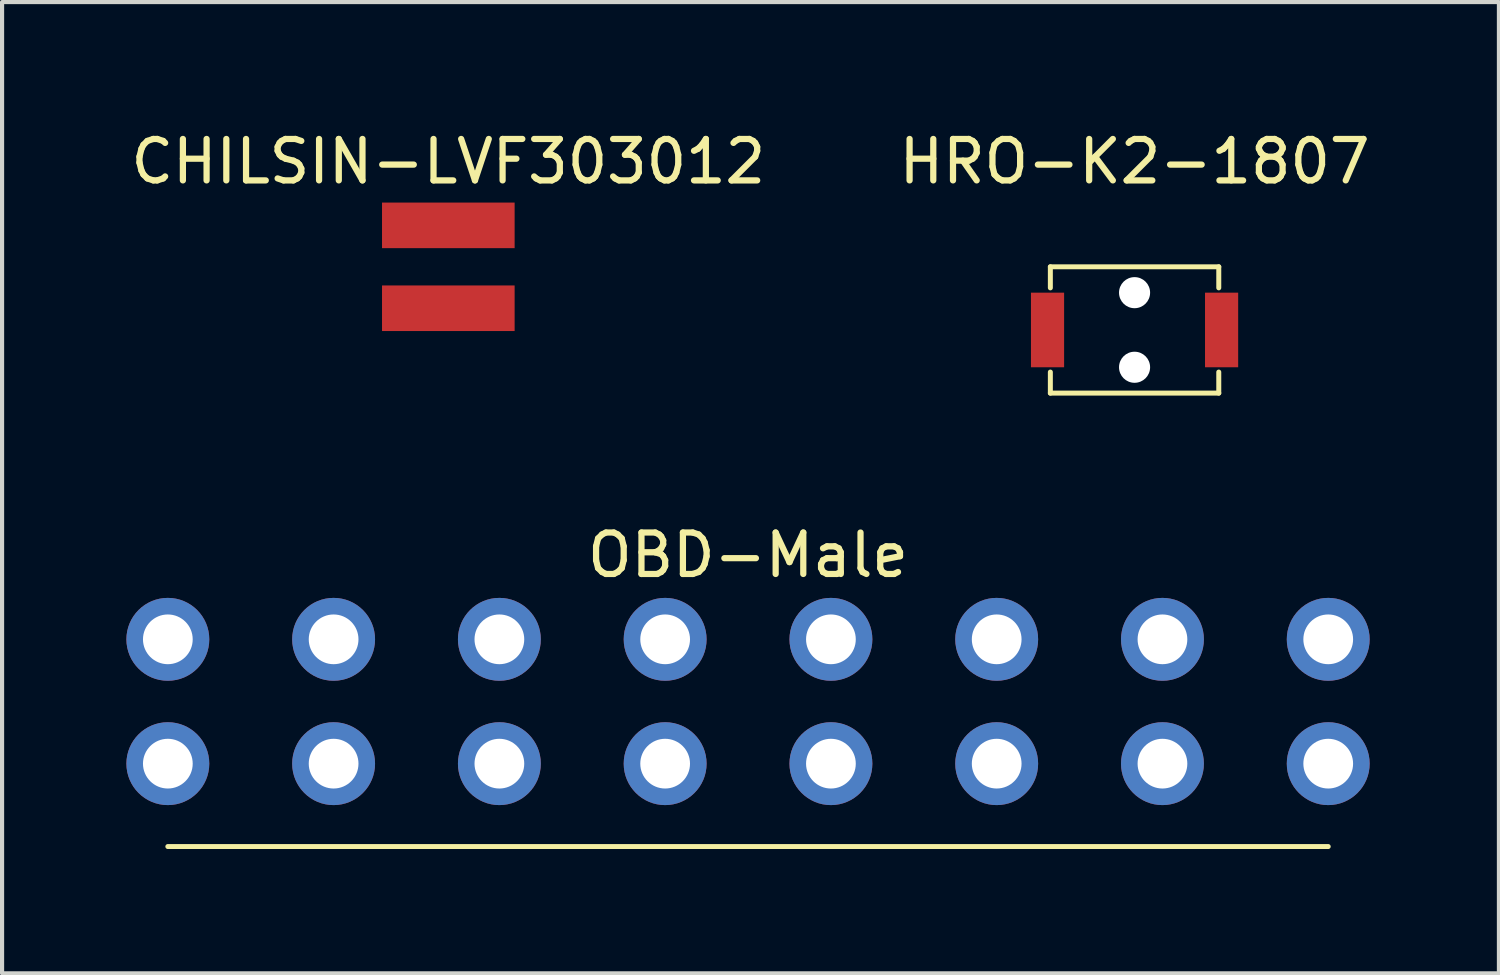
<source format=kicad_pcb>
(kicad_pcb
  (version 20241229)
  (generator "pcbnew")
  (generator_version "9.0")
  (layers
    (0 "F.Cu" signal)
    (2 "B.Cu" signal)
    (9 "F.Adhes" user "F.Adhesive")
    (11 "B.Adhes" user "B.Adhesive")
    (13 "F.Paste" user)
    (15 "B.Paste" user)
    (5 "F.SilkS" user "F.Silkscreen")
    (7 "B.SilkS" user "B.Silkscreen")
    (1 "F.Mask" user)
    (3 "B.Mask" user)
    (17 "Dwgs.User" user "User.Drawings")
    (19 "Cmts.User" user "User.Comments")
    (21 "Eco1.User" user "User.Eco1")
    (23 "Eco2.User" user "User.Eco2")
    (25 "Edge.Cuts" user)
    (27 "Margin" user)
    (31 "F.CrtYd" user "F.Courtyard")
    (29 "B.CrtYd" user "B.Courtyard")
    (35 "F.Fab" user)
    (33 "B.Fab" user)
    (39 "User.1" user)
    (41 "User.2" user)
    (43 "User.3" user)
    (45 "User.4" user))
  (footprint "CHILSIN-LVF303012"
    (layer "F.Cu")
    (at 7.768 3.388)
    (property "Reference" "CHILSIN-LVF303012" (at 0 -2.54 0) (layer "F.SilkS") (effects (font (size 1 1) (thickness 0.15))))
    (attr through_hole)
    (pad "1" smd rect (at 0 -1) (size 3.2 1.1) (layers "F.Cu" "F.Mask" "F.Paste"))
    (pad "2" smd rect (at 0 1) (size 3.2 1.1) (layers "F.Cu" "F.Mask" "F.Paste")))
  (footprint "OBD-Male"
    (layer "F.Cu")
    (at 15 12.377)
    (property "Reference" "OBD-Male" (at 0 -2.032 0) (layer "F.SilkS") (effects (font (size 1 1) (thickness 0.15))))
    (attr through_hole)
    (fp_line (start -14 5) (end 14 5) (stroke (width 0.12) (type solid)) (layer "F.SilkS"))
    (pad "1" thru_hole circle (at -14 3) (size 2 2) (drill 1.2) (layers "*.Cu" "*.Mask"))
    (pad "2" thru_hole circle (at -10 3) (size 2 2) (drill 1.2) (layers "*.Cu" "*.Mask"))
    (pad "3" thru_hole circle (at -6 3) (size 2 2) (drill 1.2) (layers "*.Cu" "*.Mask"))
    (pad "4" thru_hole circle (at -2 3) (size 2 2) (drill 1.2) (layers "*.Cu" "*.Mask"))
    (pad "5" thru_hole circle (at 2 3) (size 2 2) (drill 1.2) (layers "*.Cu" "*.Mask"))
    (pad "6" thru_hole circle (at 6 3) (size 2 2) (drill 1.2) (layers "*.Cu" "*.Mask"))
    (pad "7" thru_hole circle (at 10 3) (size 2 2) (drill 1.2) (layers "*.Cu" "*.Mask"))
    (pad "8" thru_hole circle (at 14 3) (size 2 2) (drill 1.2) (layers "*.Cu" "*.Mask"))
    (pad "9" thru_hole circle (at -14 0) (size 2 2) (drill 1.2) (layers "*.Cu" "*.Mask"))
    (pad "10" thru_hole circle (at -10 0) (size 2 2) (drill 1.2) (layers "*.Cu" "*.Mask"))
    (pad "11" thru_hole circle (at -6 0) (size 2 2) (drill 1.2) (layers "*.Cu" "*.Mask"))
    (pad "12" thru_hole circle (at -2 0) (size 2 2) (drill 1.2) (layers "*.Cu" "*.Mask"))
    (pad "13" thru_hole circle (at 2 0) (size 2 2) (drill 1.2) (layers "*.Cu" "*.Mask"))
    (pad "14" thru_hole circle (at 6 0) (size 2 2) (drill 1.2) (layers "*.Cu" "*.Mask"))
    (pad "15" thru_hole circle (at 10 0) (size 2 2) (drill 1.2) (layers "*.Cu" "*.Mask"))
    (pad "16" thru_hole circle (at 14 0) (size 2 2) (drill 1.2) (layers "*.Cu" "*.Mask")))
  (footprint "HRO-K2-1807"
    (layer "F.Cu")
    (at 24.327 4.912)
    (property "Reference" "HRO-K2-1807" (at 0 -4.064 0) (layer "F.SilkS") (effects (font (size 1 1) (thickness 0.15))))
    (attr through_hole)
    (fp_line (start -2.032 -1.524) (end 2.032 -1.524) (stroke (width 0.12) (type solid)) (layer "F.SilkS"))
    (fp_line (start -2.032 -1.016) (end -2.032 -1.524) (stroke (width 0.12) (type solid)) (layer "F.SilkS"))
    (fp_line (start -2.032 1.016) (end -2.032 1.524) (stroke (width 0.12) (type solid)) (layer "F.SilkS"))
    (fp_line (start -2.032 1.524) (end 2.032 1.524) (stroke (width 0.12) (type solid)) (layer "F.SilkS"))
    (fp_line (start 2.032 -1.524) (end 2.032 -1.016) (stroke (width 0.12) (type solid)) (layer "F.SilkS"))
    (fp_line (start 2.032 1.524) (end 2.032 1.016) (stroke (width 0.12) (type solid)) (layer "F.SilkS"))
    (pad "" np_thru_hole circle (at 0 -0.9) (size 0.75 0.75) (drill 0.75) (layers "*.Cu" "*.Mask"))
    (pad "" np_thru_hole circle (at 0 0.9) (size 0.75 0.75) (drill 0.75) (layers "*.Cu" "*.Mask"))
    (pad "1" smd rect (at -2.1 0) (size 0.8 1.8) (layers "F.Cu" "F.Mask" "F.Paste"))
    (pad "2" smd rect (at 2.1 0) (size 0.8 1.8) (layers "F.Cu" "F.Mask" "F.Paste")))
  (gr_rect
    (start -3 -3)
    (end 33.119 20.436)
    (stroke (width 0.1) (type default))
    (fill no)
    (layer "Edge.Cuts")))
</source>
